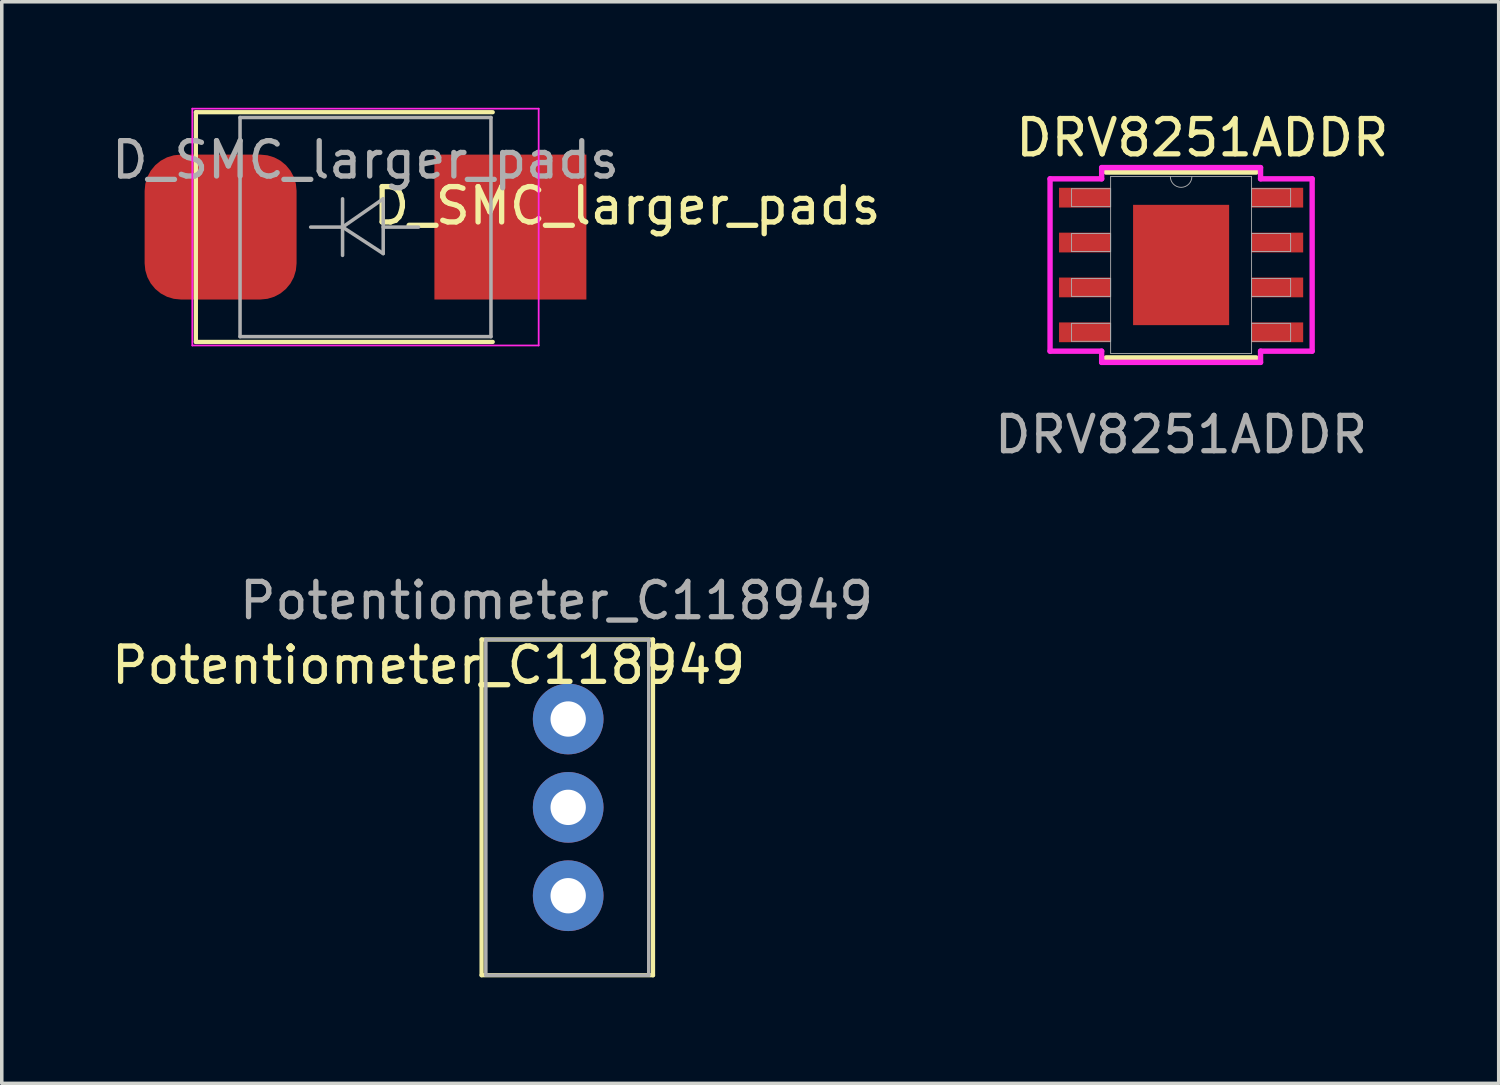
<source format=kicad_pcb>
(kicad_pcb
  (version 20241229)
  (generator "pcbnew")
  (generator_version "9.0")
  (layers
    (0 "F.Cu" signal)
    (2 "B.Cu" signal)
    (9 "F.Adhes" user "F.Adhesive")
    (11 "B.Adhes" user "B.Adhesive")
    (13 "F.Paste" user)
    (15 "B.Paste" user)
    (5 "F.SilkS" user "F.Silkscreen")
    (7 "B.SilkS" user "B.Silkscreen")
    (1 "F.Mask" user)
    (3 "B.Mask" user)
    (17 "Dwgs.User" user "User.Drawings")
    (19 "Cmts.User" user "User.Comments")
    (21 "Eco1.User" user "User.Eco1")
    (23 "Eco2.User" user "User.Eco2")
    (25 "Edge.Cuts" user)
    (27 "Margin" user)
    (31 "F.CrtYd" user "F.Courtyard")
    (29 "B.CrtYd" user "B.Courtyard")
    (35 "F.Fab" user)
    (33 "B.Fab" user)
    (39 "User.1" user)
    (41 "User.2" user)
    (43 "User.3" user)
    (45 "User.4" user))
  (footprint "DRV8251ADDR"
    (layer "F.Cu")
    (at 30.37 4.448)
    (property "Reference" "DRV8251ADDR" (at 0.6 -3.6 0) (unlocked yes) (layer "F.SilkS") (effects (font (size 1 1) (thickness 0.15))))
    (attr smd)
    (fp_line (start -2.121 2.629) (end 2.121 2.629) (stroke (width 0.152) (type solid)) (layer "F.SilkS"))
    (fp_line (start 2.121 -2.629) (end -2.121 -2.629) (stroke (width 0.152) (type solid)) (layer "F.SilkS"))
    (fp_poly (pts (xy -1.259 -1.602) (xy -1.259 -0.1) (xy -0.1 -0.1) (xy -0.1 -1.602)) (stroke (width 0) (type solid)) (fill yes) (layer "F.Paste"))
    (fp_poly (pts (xy -1.259 0.1) (xy -1.259 1.602) (xy -0.1 1.602) (xy -0.1 0.1)) (stroke (width 0) (type solid)) (fill yes) (layer "F.Paste"))
    (fp_poly (pts (xy 0.1 -1.602) (xy 0.1 -0.1) (xy 1.259 -0.1) (xy 1.259 -1.602)) (stroke (width 0) (type solid)) (fill yes) (layer "F.Paste"))
    (fp_poly (pts (xy 0.1 0.1) (xy 0.1 1.602) (xy 1.259 1.602) (xy 1.259 0.1)) (stroke (width 0) (type solid)) (fill yes) (layer "F.Paste"))
    (fp_line (start -3.708 -2.438) (end -2.248 -2.438) (stroke (width 0.152) (type solid)) (layer "F.CrtYd"))
    (fp_line (start -3.708 2.438) (end -3.708 -2.438) (stroke (width 0.152) (type solid)) (layer "F.CrtYd"))
    (fp_line (start -3.708 2.438) (end -2.248 2.438) (stroke (width 0.152) (type solid)) (layer "F.CrtYd"))
    (fp_line (start -2.248 -2.756) (end 2.248 -2.756) (stroke (width 0.152) (type solid)) (layer "F.CrtYd"))
    (fp_line (start -2.248 -2.438) (end -2.248 -2.756) (stroke (width 0.152) (type solid)) (layer "F.CrtYd"))
    (fp_line (start -2.248 2.756) (end -2.248 2.438) (stroke (width 0.152) (type solid)) (layer "F.CrtYd"))
    (fp_line (start 2.248 -2.756) (end 2.248 -2.438) (stroke (width 0.152) (type solid)) (layer "F.CrtYd"))
    (fp_line (start 2.248 2.438) (end 2.248 2.756) (stroke (width 0.152) (type solid)) (layer "F.CrtYd"))
    (fp_line (start 2.248 2.756) (end -2.248 2.756) (stroke (width 0.152) (type solid)) (layer "F.CrtYd"))
    (fp_line (start 3.708 -2.438) (end 2.248 -2.438) (stroke (width 0.152) (type solid)) (layer "F.CrtYd"))
    (fp_line (start 3.708 -2.438) (end 3.708 2.438) (stroke (width 0.152) (type solid)) (layer "F.CrtYd"))
    (fp_line (start 3.708 2.438) (end 2.248 2.438) (stroke (width 0.152) (type solid)) (layer "F.CrtYd"))
    (fp_line (start -3.099 -2.159) (end -3.099 -1.651) (stroke (width 0.025) (type solid)) (layer "F.Fab"))
    (fp_line (start -3.099 -1.651) (end -1.994 -1.651) (stroke (width 0.025) (type solid)) (layer "F.Fab"))
    (fp_line (start -3.099 -0.889) (end -3.099 -0.381) (stroke (width 0.025) (type solid)) (layer "F.Fab"))
    (fp_line (start -3.099 -0.381) (end -1.994 -0.381) (stroke (width 0.025) (type solid)) (layer "F.Fab"))
    (fp_line (start -3.099 0.381) (end -3.099 0.889) (stroke (width 0.025) (type solid)) (layer "F.Fab"))
    (fp_line (start -3.099 0.889) (end -1.994 0.889) (stroke (width 0.025) (type solid)) (layer "F.Fab"))
    (fp_line (start -3.099 1.651) (end -3.099 2.159) (stroke (width 0.025) (type solid)) (layer "F.Fab"))
    (fp_line (start -3.099 2.159) (end -1.994 2.159) (stroke (width 0.025) (type solid)) (layer "F.Fab"))
    (fp_line (start -1.994 -2.502) (end -1.994 2.502) (stroke (width 0.025) (type solid)) (layer "F.Fab"))
    (fp_line (start -1.994 -2.159) (end -3.099 -2.159) (stroke (width 0.025) (type solid)) (layer "F.Fab"))
    (fp_line (start -1.994 -1.651) (end -1.994 -2.159) (stroke (width 0.025) (type solid)) (layer "F.Fab"))
    (fp_line (start -1.994 -0.889) (end -3.099 -0.889) (stroke (width 0.025) (type solid)) (layer "F.Fab"))
    (fp_line (start -1.994 -0.381) (end -1.994 -0.889) (stroke (width 0.025) (type solid)) (layer "F.Fab"))
    (fp_line (start -1.994 0.381) (end -3.099 0.381) (stroke (width 0.025) (type solid)) (layer "F.Fab"))
    (fp_line (start -1.994 0.889) (end -1.994 0.381) (stroke (width 0.025) (type solid)) (layer "F.Fab"))
    (fp_line (start -1.994 1.651) (end -3.099 1.651) (stroke (width 0.025) (type solid)) (layer "F.Fab"))
    (fp_line (start -1.994 2.159) (end -1.994 1.651) (stroke (width 0.025) (type solid)) (layer "F.Fab"))
    (fp_line (start -1.994 2.502) (end 1.994 2.502) (stroke (width 0.025) (type solid)) (layer "F.Fab"))
    (fp_line (start 1.994 -2.502) (end -1.994 -2.502) (stroke (width 0.025) (type solid)) (layer "F.Fab"))
    (fp_line (start 1.994 -2.159) (end 1.994 -1.651) (stroke (width 0.025) (type solid)) (layer "F.Fab"))
    (fp_line (start 1.994 -1.651) (end 3.099 -1.651) (stroke (width 0.025) (type solid)) (layer "F.Fab"))
    (fp_line (start 1.994 -0.889) (end 1.994 -0.381) (stroke (width 0.025) (type solid)) (layer "F.Fab"))
    (fp_line (start 1.994 -0.381) (end 3.099 -0.381) (stroke (width 0.025) (type solid)) (layer "F.Fab"))
    (fp_line (start 1.994 0.381) (end 1.994 0.889) (stroke (width 0.025) (type solid)) (layer "F.Fab"))
    (fp_line (start 1.994 0.889) (end 3.099 0.889) (stroke (width 0.025) (type solid)) (layer "F.Fab"))
    (fp_line (start 1.994 1.651) (end 1.994 2.159) (stroke (width 0.025) (type solid)) (layer "F.Fab"))
    (fp_line (start 1.994 2.159) (end 3.099 2.159) (stroke (width 0.025) (type solid)) (layer "F.Fab"))
    (fp_line (start 1.994 2.502) (end 1.994 -2.502) (stroke (width 0.025) (type solid)) (layer "F.Fab"))
    (fp_line (start 3.099 -2.159) (end 1.994 -2.159) (stroke (width 0.025) (type solid)) (layer "F.Fab"))
    (fp_line (start 3.099 -1.651) (end 3.099 -2.159) (stroke (width 0.025) (type solid)) (layer "F.Fab"))
    (fp_line (start 3.099 -0.889) (end 1.994 -0.889) (stroke (width 0.025) (type solid)) (layer "F.Fab"))
    (fp_line (start 3.099 -0.381) (end 3.099 -0.889) (stroke (width 0.025) (type solid)) (layer "F.Fab"))
    (fp_line (start 3.099 0.381) (end 1.994 0.381) (stroke (width 0.025) (type solid)) (layer "F.Fab"))
    (fp_line (start 3.099 0.889) (end 3.099 0.381) (stroke (width 0.025) (type solid)) (layer "F.Fab"))
    (fp_line (start 3.099 1.651) (end 1.994 1.651) (stroke (width 0.025) (type solid)) (layer "F.Fab"))
    (fp_line (start 3.099 2.159) (end 3.099 1.651) (stroke (width 0.025) (type solid)) (layer "F.Fab"))
    (fp_arc (start 0.3048 -2.5019) (mid 0 -2.1971) (end -0.3048 -2.5019) (stroke (width 0.0254) (type solid)) (layer "F.Fab"))
    (fp_text user "${REFERENCE}" (at 0 4.8 0) (unlocked yes) (layer "F.Fab") (effects (font (size 1 1) (thickness 0.15))))
    (pad "1" smd rect (at -2.724 -1.905) (size 1.46 0.559) (layers "F.Cu" "F.Mask" "F.Paste"))
    (pad "2" smd rect (at -2.724 -0.635) (size 1.46 0.559) (layers "F.Cu" "F.Mask" "F.Paste"))
    (pad "3" smd rect (at -2.724 0.635) (size 1.46 0.559) (layers "F.Cu" "F.Mask" "F.Paste"))
    (pad "4" smd rect (at -2.724 1.905) (size 1.46 0.559) (layers "F.Cu" "F.Mask" "F.Paste"))
    (pad "5" smd rect (at 2.724 1.905) (size 1.46 0.559) (layers "F.Cu" "F.Mask" "F.Paste"))
    (pad "6" smd rect (at 2.724 0.635) (size 1.46 0.559) (layers "F.Cu" "F.Mask" "F.Paste"))
    (pad "7" smd rect (at 2.724 -0.635) (size 1.46 0.559) (layers "F.Cu" "F.Mask" "F.Paste"))
    (pad "8" smd rect (at 2.724 -1.905) (size 1.46 0.559) (layers "F.Cu" "F.Mask" "F.Paste"))
    (pad "9" smd rect (at 0 0) (size 2.718 3.404) (layers "F.Cu" "F.Mask")))
  (footprint "Potentiometer_C118949"
    (layer "F.Cu")
    (at 13.027 22.295)
    (property "Reference" "Potentiometer_C118949" (at -3.95 -6.521 0) (layer "F.SilkS") (effects (font (size 1 1) (thickness 0.15))))
    (attr through_hole)
    (fp_line (start -2.45 -7.25) (end 2.4 -7.25) (stroke (width 0.12) (type solid)) (layer "F.SilkS"))
    (fp_line (start -2.45 2.25) (end -2.45 -7.25) (stroke (width 0.12) (type solid)) (layer "F.SilkS"))
    (fp_line (start -2.45 2.25) (end 2.4 2.25) (stroke (width 0.12) (type solid)) (layer "F.SilkS"))
    (fp_line (start 2.4 2.25) (end 2.4 -7.25) (stroke (width 0.12) (type solid)) (layer "F.SilkS"))
    (fp_line (start -2.33 2.25) (end -2.33 -7.25) (stroke (width 0.1) (type solid)) (layer "F.Fab"))
    (fp_line (start -2.33 2.25) (end 2.28 2.25) (stroke (width 0.1) (type solid)) (layer "F.Fab"))
    (fp_line (start 2.28 -7.25) (end -2.33 -7.25) (stroke (width 0.1) (type solid)) (layer "F.Fab"))
    (fp_line (start 2.28 2.25) (end 2.28 -7.25) (stroke (width 0.1) (type solid)) (layer "F.Fab"))
    (fp_text user "${REFERENCE}" (at -0.33 -8.35 0) (layer "F.Fab") (effects (font (size 1 1) (thickness 0.15))))
    (pad "1" thru_hole circle (at 0 0) (size 2 2) (drill 1) (layers "*.Cu" "*.Mask"))
    (pad "2" thru_hole circle (at 0 -2.5) (size 2 2) (drill 1) (layers "*.Cu" "*.Mask"))
    (pad "3" thru_hole circle (at 0 -5) (size 2 2) (drill 1) (layers "*.Cu" "*.Mask")))
  (footprint "D_SMC_larger_pads"
    (layer "F.Cu")
    (at 7.292 3.375)
    (property "Reference" "D_SMC_larger_pads" (at 7.4 -0.6 0) (layer "F.SilkS") (effects (font (size 1 1) (thickness 0.15))))
    (attr smd)
    (fp_line (start -4.8 -3.25) (end 3.6 -3.25) (stroke (width 0.12) (type solid)) (layer "F.SilkS"))
    (fp_line (start -4.8 3.25) (end -4.8 -3.25) (stroke (width 0.12) (type solid)) (layer "F.SilkS"))
    (fp_line (start -4.8 3.25) (end 3.6 3.25) (stroke (width 0.12) (type solid)) (layer "F.SilkS"))
    (fp_line (start -4.9 -3.35) (end 4.9 -3.35) (stroke (width 0.05) (type solid)) (layer "F.CrtYd"))
    (fp_line (start -4.9 3.35) (end -4.9 -3.35) (stroke (width 0.05) (type solid)) (layer "F.CrtYd"))
    (fp_line (start 4.9 -3.35) (end 4.9 3.35) (stroke (width 0.05) (type solid)) (layer "F.CrtYd"))
    (fp_line (start 4.9 3.35) (end -4.9 3.35) (stroke (width 0.05) (type solid)) (layer "F.CrtYd"))
    (fp_line (start -3.55 3.1) (end -3.55 -3.1) (stroke (width 0.1) (type solid)) (layer "F.Fab"))
    (fp_line (start -0.649 -0.799) (end -0.649 0.801) (stroke (width 0.1) (type solid)) (layer "F.Fab"))
    (fp_line (start -0.649 0.001) (end -1.551 0.001) (stroke (width 0.1) (type solid)) (layer "F.Fab"))
    (fp_line (start -0.649 0.001) (end 0.501 -0.799) (stroke (width 0.1) (type solid)) (layer "F.Fab"))
    (fp_line (start -0.649 0.001) (end 0.501 0.75) (stroke (width 0.1) (type solid)) (layer "F.Fab"))
    (fp_line (start 0.501 0.001) (end 1.499 0.001) (stroke (width 0.1) (type solid)) (layer "F.Fab"))
    (fp_line (start 0.501 0.75) (end 0.501 -0.799) (stroke (width 0.1) (type solid)) (layer "F.Fab"))
    (fp_line (start 3.55 -3.1) (end -3.55 -3.1) (stroke (width 0.1) (type solid)) (layer "F.Fab"))
    (fp_line (start 3.55 -3.1) (end 3.55 3.1) (stroke (width 0.1) (type solid)) (layer "F.Fab"))
    (fp_line (start 3.55 3.1) (end -3.55 3.1) (stroke (width 0.1) (type solid)) (layer "F.Fab"))
    (fp_text user "${REFERENCE}" (at 0 -1.9 0) (layer "F.Fab") (effects (font (size 1 1) (thickness 0.15))))
    (pad "1" smd roundrect (at -4.1 0 90) (size 4.1 4.3) (layers "F.Cu" "F.Mask" "F.Paste") (roundrect_rratio 0.25))
    (pad "2" smd rect (at 4.1 0 90) (size 4.1 4.3) (layers "F.Cu" "F.Mask" "F.Paste")))
  (gr_rect
    (start -3 -3)
    (end 39.357 27.605)
    (stroke (width 0.1) (type default))
    (fill no)
    (layer "Edge.Cuts")))
</source>
